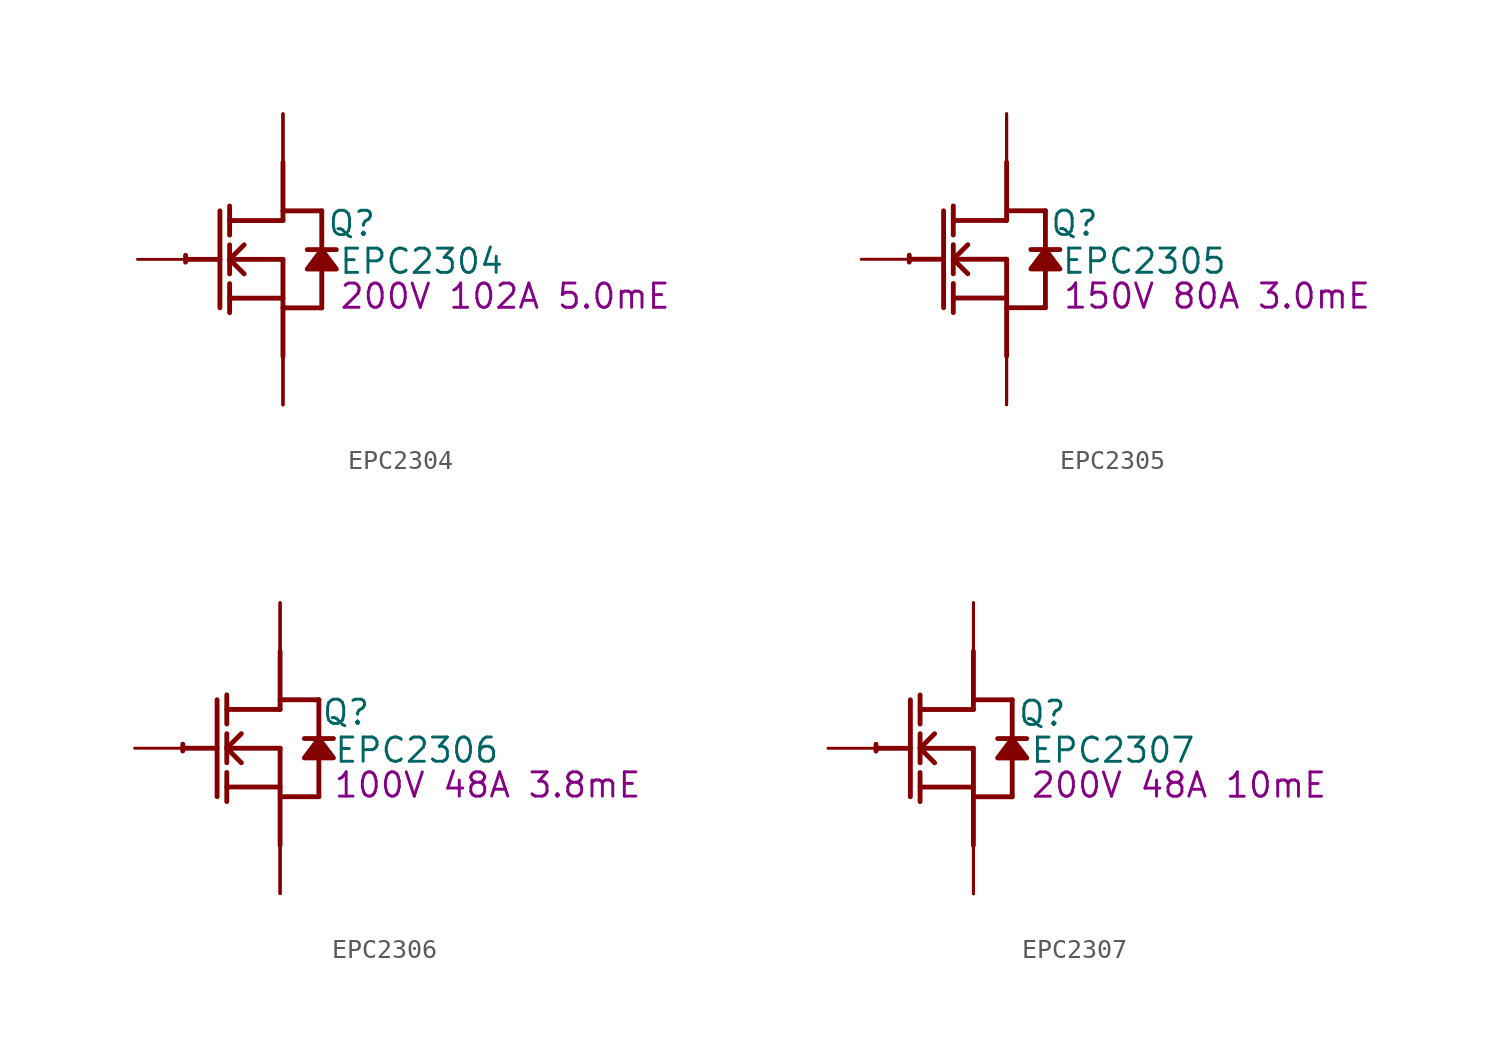
<source format=kicad_sym>
(kicad_symbol_lib
  (version 20220914)
  (generator kicad_symbol_editor)
  (symbol "EPC2304"
    (property "Reference" "Q"
      (at 3.607 1.88 0)
      (effects (font (size 1.27 1.27))))
    (property "Value" "EPC2304"
      (at 7.264 -0.102 0)
      (effects (font (size 1.27 1.27))))
    (property "Description" "200V 102A 5.0mE"
      (at 11.633 -1.93 0)
      (effects (font (size 1.27 1.27))))
    (symbol "EPC2304_1_0"
      (arc (start -5.0996 0.2128) (mid -5.1039 0.0331) (end -5.1019 -0.1467) (stroke (width 0.254) (type solid)) (fill (type none)))
      (polyline (pts (xy -5.08 0) (xy -3.302 0)) (stroke (width 0.254) (type solid)) (fill (type none)))
      (polyline (pts (xy -3.302 2.54) (xy -3.302 -2.54)) (stroke (width 0.254) (type solid)) (fill (type none)))
      (polyline (pts (xy -2.794 -2.794) (xy -2.794 -1.27)) (stroke (width 0.254) (type solid)) (fill (type none)))
      (polyline (pts (xy -2.794 -2.032) (xy 0 -2.032)) (stroke (width 0.254) (type solid)) (fill (type none)))
      (polyline (pts (xy -2.794 -0.762) (xy -2.794 0.762)) (stroke (width 0.254) (type solid)) (fill (type none)))
      (polyline (pts (xy -2.794 0) (xy -2.032 0.762)) (stroke (width 0.254) (type solid)) (fill (type none)))
      (polyline (pts (xy -2.794 0) (xy 0 0)) (stroke (width 0.254) (type solid)) (fill (type none)))
      (polyline (pts (xy -2.794 1.27) (xy -2.794 2.794)) (stroke (width 0.254) (type solid)) (fill (type none)))
      (polyline (pts (xy -2.032 -0.762) (xy -2.794 0)) (stroke (width 0.254) (type solid)) (fill (type none)))
      (polyline (pts (xy 0 -2.54) (xy 2.032 -2.54)) (stroke (width 0.254) (type solid)) (fill (type none)))
      (polyline (pts (xy 0 0) (xy 0 -5.08)) (stroke (width 0.254) (type solid)) (fill (type none)))
      (polyline (pts (xy 0 2.032) (xy -2.794 2.032)) (stroke (width 0.254) (type solid)) (fill (type none)))
      (polyline (pts (xy 0 2.032) (xy 0 5.08)) (stroke (width 0.254) (type solid)) (fill (type none)))
      (polyline (pts (xy 0 2.54) (xy 2.032 2.54)) (stroke (width 0.254) (type solid)) (fill (type none)))
      (polyline (pts (xy 2.032 -0.508) (xy 2.032 -2.54)) (stroke (width 0.254) (type solid)) (fill (type none)))
      (polyline (pts (xy 2.032 2.54) (xy 2.032 0.508)) (stroke (width 0.254) (type solid)) (fill (type none)))
      (polyline (pts (xy 2.794 0.508) (xy 1.27 0.508)) (stroke (width 0.254) (type solid)) (fill (type none)))
      (polyline (pts (xy 2.032 0.508) (xy 1.27 -0.508) (xy 2.794 -0.508) (xy 2.032 0.508)) (stroke (width 0.254) (type solid)) (fill (type outline)))
      (pin passive line (at -7.62 0 0) (length 2.54) (name "G" (effects (font (size 0 0)))) (number "1" (effects (font (size 0 0)))))
      (pin passive line (at 0 -7.62 90) (length 2.54) (name "S" (effects (font (size 0 0)))) (number "2" (effects (font (size 0 0)))))
      (pin passive line (at 0 7.62 270) (length 2.54) (name "D" (effects (font (size 0 0)))) (number "3" (effects (font (size 0 0)))))
      (pin passive line (at 0 -7.62 90) (length 2.54) (name "S" (effects (font (size 0 0)))) (number "4" (effects (font (size 0 0)))))
      (pin passive line (at 0 7.62 270) (length 2.54) (name "D" (effects (font (size 0 0)))) (number "5" (effects (font (size 0 0)))))
      (pin passive line (at 0 -7.62 90) (length 2.54) (name "S" (effects (font (size 0 0)))) (number "6" (effects (font (size 0 0)))))
      (pin passive line (at 0 7.62 270) (length 2.54) (name "D" (effects (font (size 0 0)))) (number "7" (effects (font (size 0 0)))))))
  (symbol "EPC2305"
    (property "Reference" "Q"
      (at 3.556 1.88 0)
      (effects (font (size 1.27 1.27))))
    (property "Value" "EPC2305"
      (at 7.214 -0.102 0)
      (effects (font (size 1.27 1.27))))
    (property "Description" "150V 80A 3.0mE"
      (at 11.024 -1.93 0)
      (effects (font (size 1.27 1.27))))
    (symbol "EPC2305_1_0"
      (arc (start -5.0996 0.2128) (mid -5.1039 0.0331) (end -5.1019 -0.1467) (stroke (width 0.254) (type solid)) (fill (type none)))
      (polyline (pts (xy -5.08 0) (xy -3.302 0)) (stroke (width 0.254) (type solid)) (fill (type none)))
      (polyline (pts (xy -3.302 2.54) (xy -3.302 -2.54)) (stroke (width 0.254) (type solid)) (fill (type none)))
      (polyline (pts (xy -2.794 -2.794) (xy -2.794 -1.27)) (stroke (width 0.254) (type solid)) (fill (type none)))
      (polyline (pts (xy -2.794 -2.032) (xy 0 -2.032)) (stroke (width 0.254) (type solid)) (fill (type none)))
      (polyline (pts (xy -2.794 -0.762) (xy -2.794 0.762)) (stroke (width 0.254) (type solid)) (fill (type none)))
      (polyline (pts (xy -2.794 0) (xy -2.032 0.762)) (stroke (width 0.254) (type solid)) (fill (type none)))
      (polyline (pts (xy -2.794 0) (xy 0 0)) (stroke (width 0.254) (type solid)) (fill (type none)))
      (polyline (pts (xy -2.794 1.27) (xy -2.794 2.794)) (stroke (width 0.254) (type solid)) (fill (type none)))
      (polyline (pts (xy -2.032 -0.762) (xy -2.794 0)) (stroke (width 0.254) (type solid)) (fill (type none)))
      (polyline (pts (xy 0 -2.54) (xy 2.032 -2.54)) (stroke (width 0.254) (type solid)) (fill (type none)))
      (polyline (pts (xy 0 0) (xy 0 -5.08)) (stroke (width 0.254) (type solid)) (fill (type none)))
      (polyline (pts (xy 0 2.032) (xy -2.794 2.032)) (stroke (width 0.254) (type solid)) (fill (type none)))
      (polyline (pts (xy 0 2.032) (xy 0 5.08)) (stroke (width 0.254) (type solid)) (fill (type none)))
      (polyline (pts (xy 0 2.54) (xy 2.032 2.54)) (stroke (width 0.254) (type solid)) (fill (type none)))
      (polyline (pts (xy 2.032 -0.508) (xy 2.032 -2.54)) (stroke (width 0.254) (type solid)) (fill (type none)))
      (polyline (pts (xy 2.032 2.54) (xy 2.032 0.508)) (stroke (width 0.254) (type solid)) (fill (type none)))
      (polyline (pts (xy 2.794 0.508) (xy 1.27 0.508)) (stroke (width 0.254) (type solid)) (fill (type none)))
      (polyline (pts (xy 2.032 0.508) (xy 1.27 -0.508) (xy 2.794 -0.508) (xy 2.032 0.508)) (stroke (width 0.254) (type solid)) (fill (type outline)))
      (pin passive line (at -7.62 0 0) (length 2.54) (name "G" (effects (font (size 0 0)))) (number "1" (effects (font (size 0 0)))))
      (pin passive line (at 0 -7.62 90) (length 2.54) (name "S" (effects (font (size 0 0)))) (number "2" (effects (font (size 0 0)))))
      (pin passive line (at 0 7.62 270) (length 2.54) (name "D" (effects (font (size 0 0)))) (number "3" (effects (font (size 0 0)))))
      (pin passive line (at 0 -7.62 90) (length 2.54) (name "S" (effects (font (size 0 0)))) (number "4" (effects (font (size 0 0)))))
      (pin passive line (at 0 7.62 270) (length 2.54) (name "D" (effects (font (size 0 0)))) (number "5" (effects (font (size 0 0)))))
      (pin passive line (at 0 -7.62 90) (length 2.54) (name "S" (effects (font (size 0 0)))) (number "6" (effects (font (size 0 0)))))
      (pin passive line (at 0 7.62 270) (length 2.54) (name "D" (effects (font (size 0 0)))) (number "7" (effects (font (size 0 0)))))))
  (symbol "EPC2306"
    (property "Reference" "Q"
      (at 3.454 1.88 0)
      (effects (font (size 1.27 1.27))))
    (property "Value" "EPC2306"
      (at 7.163 -0.102 0)
      (effects (font (size 1.27 1.27))))
    (property "Description" "100V 48A 3.8mE"
      (at 10.871 -1.93 0)
      (effects (font (size 1.27 1.27))))
    (symbol "EPC2306_1_0"
      (arc (start -5.0996 0.2128) (mid -5.1039 0.0331) (end -5.1019 -0.1467) (stroke (width 0.254) (type solid)) (fill (type none)))
      (polyline (pts (xy -5.08 0) (xy -3.302 0)) (stroke (width 0.254) (type solid)) (fill (type none)))
      (polyline (pts (xy -3.302 2.54) (xy -3.302 -2.54)) (stroke (width 0.254) (type solid)) (fill (type none)))
      (polyline (pts (xy -2.794 -2.794) (xy -2.794 -1.27)) (stroke (width 0.254) (type solid)) (fill (type none)))
      (polyline (pts (xy -2.794 -2.032) (xy 0 -2.032)) (stroke (width 0.254) (type solid)) (fill (type none)))
      (polyline (pts (xy -2.794 -0.762) (xy -2.794 0.762)) (stroke (width 0.254) (type solid)) (fill (type none)))
      (polyline (pts (xy -2.794 0) (xy -2.032 0.762)) (stroke (width 0.254) (type solid)) (fill (type none)))
      (polyline (pts (xy -2.794 0) (xy 0 0)) (stroke (width 0.254) (type solid)) (fill (type none)))
      (polyline (pts (xy -2.794 1.27) (xy -2.794 2.794)) (stroke (width 0.254) (type solid)) (fill (type none)))
      (polyline (pts (xy -2.032 -0.762) (xy -2.794 0)) (stroke (width 0.254) (type solid)) (fill (type none)))
      (polyline (pts (xy 0 -2.54) (xy 2.032 -2.54)) (stroke (width 0.254) (type solid)) (fill (type none)))
      (polyline (pts (xy 0 0) (xy 0 -5.08)) (stroke (width 0.254) (type solid)) (fill (type none)))
      (polyline (pts (xy 0 2.032) (xy -2.794 2.032)) (stroke (width 0.254) (type solid)) (fill (type none)))
      (polyline (pts (xy 0 2.032) (xy 0 5.08)) (stroke (width 0.254) (type solid)) (fill (type none)))
      (polyline (pts (xy 0 2.54) (xy 2.032 2.54)) (stroke (width 0.254) (type solid)) (fill (type none)))
      (polyline (pts (xy 2.032 -0.508) (xy 2.032 -2.54)) (stroke (width 0.254) (type solid)) (fill (type none)))
      (polyline (pts (xy 2.032 2.54) (xy 2.032 0.508)) (stroke (width 0.254) (type solid)) (fill (type none)))
      (polyline (pts (xy 2.794 0.508) (xy 1.27 0.508)) (stroke (width 0.254) (type solid)) (fill (type none)))
      (polyline (pts (xy 2.032 0.508) (xy 1.27 -0.508) (xy 2.794 -0.508) (xy 2.032 0.508)) (stroke (width 0.254) (type solid)) (fill (type outline)))
      (pin passive line (at -7.62 0 0) (length 2.54) (name "G" (effects (font (size 0 0)))) (number "1" (effects (font (size 0 0)))))
      (pin passive line (at 0 -7.62 90) (length 2.54) (name "S" (effects (font (size 0 0)))) (number "2" (effects (font (size 0 0)))))
      (pin passive line (at 0 7.62 270) (length 2.54) (name "D" (effects (font (size 0 0)))) (number "3" (effects (font (size 0 0)))))
      (pin passive line (at 0 -7.62 90) (length 2.54) (name "S" (effects (font (size 0 0)))) (number "4" (effects (font (size 0 0)))))
      (pin passive line (at 0 7.62 270) (length 2.54) (name "D" (effects (font (size 0 0)))) (number "5" (effects (font (size 0 0)))))
      (pin passive line (at 0 -7.62 90) (length 2.54) (name "S" (effects (font (size 0 0)))) (number "6" (effects (font (size 0 0)))))
      (pin passive line (at 0 7.62 270) (length 2.54) (name "D" (effects (font (size 0 0)))) (number "7" (effects (font (size 0 0)))))))
  (symbol "EPC2307"
    (property "Reference" "Q"
      (at 3.607 1.829 0)
      (effects (font (size 1.27 1.27))))
    (property "Value" "EPC2307"
      (at 7.315 -0.102 0)
      (effects (font (size 1.27 1.27))))
    (property "Description" "200V 48A 10mE"
      (at 10.77 -1.93 0)
      (effects (font (size 1.27 1.27))))
    (symbol "EPC2307_1_0"
      (arc (start -5.0996 0.2128) (mid -5.1039 0.0331) (end -5.1019 -0.1467) (stroke (width 0.254) (type solid)) (fill (type none)))
      (polyline (pts (xy -5.08 0) (xy -3.302 0)) (stroke (width 0.254) (type solid)) (fill (type none)))
      (polyline (pts (xy -3.302 2.54) (xy -3.302 -2.54)) (stroke (width 0.254) (type solid)) (fill (type none)))
      (polyline (pts (xy -2.794 -2.794) (xy -2.794 -1.27)) (stroke (width 0.254) (type solid)) (fill (type none)))
      (polyline (pts (xy -2.794 -2.032) (xy 0 -2.032)) (stroke (width 0.254) (type solid)) (fill (type none)))
      (polyline (pts (xy -2.794 -0.762) (xy -2.794 0.762)) (stroke (width 0.254) (type solid)) (fill (type none)))
      (polyline (pts (xy -2.794 0) (xy -2.032 0.762)) (stroke (width 0.254) (type solid)) (fill (type none)))
      (polyline (pts (xy -2.794 0) (xy 0 0)) (stroke (width 0.254) (type solid)) (fill (type none)))
      (polyline (pts (xy -2.794 1.27) (xy -2.794 2.794)) (stroke (width 0.254) (type solid)) (fill (type none)))
      (polyline (pts (xy -2.032 -0.762) (xy -2.794 0)) (stroke (width 0.254) (type solid)) (fill (type none)))
      (polyline (pts (xy 0 -2.54) (xy 2.032 -2.54)) (stroke (width 0.254) (type solid)) (fill (type none)))
      (polyline (pts (xy 0 0) (xy 0 -5.08)) (stroke (width 0.254) (type solid)) (fill (type none)))
      (polyline (pts (xy 0 2.032) (xy -2.794 2.032)) (stroke (width 0.254) (type solid)) (fill (type none)))
      (polyline (pts (xy 0 2.032) (xy 0 5.08)) (stroke (width 0.254) (type solid)) (fill (type none)))
      (polyline (pts (xy 0 2.54) (xy 2.032 2.54)) (stroke (width 0.254) (type solid)) (fill (type none)))
      (polyline (pts (xy 2.032 -0.508) (xy 2.032 -2.54)) (stroke (width 0.254) (type solid)) (fill (type none)))
      (polyline (pts (xy 2.032 2.54) (xy 2.032 0.508)) (stroke (width 0.254) (type solid)) (fill (type none)))
      (polyline (pts (xy 2.794 0.508) (xy 1.27 0.508)) (stroke (width 0.254) (type solid)) (fill (type none)))
      (polyline (pts (xy 2.032 0.508) (xy 1.27 -0.508) (xy 2.794 -0.508) (xy 2.032 0.508)) (stroke (width 0.254) (type solid)) (fill (type outline)))
      (pin passive line (at -7.62 0 0) (length 2.54) (name "G" (effects (font (size 0 0)))) (number "1" (effects (font (size 0 0)))))
      (pin passive line (at 0 -7.62 90) (length 2.54) (name "S" (effects (font (size 0 0)))) (number "2" (effects (font (size 0 0)))))
      (pin passive line (at 0 7.62 270) (length 2.54) (name "D" (effects (font (size 0 0)))) (number "3" (effects (font (size 0 0)))))
      (pin passive line (at 0 -7.62 90) (length 2.54) (name "S" (effects (font (size 0 0)))) (number "4" (effects (font (size 0 0)))))
      (pin passive line (at 0 7.62 270) (length 2.54) (name "D" (effects (font (size 0 0)))) (number "5" (effects (font (size 0 0)))))
      (pin passive line (at 0 -7.62 90) (length 2.54) (name "S" (effects (font (size 0 0)))) (number "6" (effects (font (size 0 0)))))
      (pin passive line (at 0 7.62 270) (length 2.54) (name "D" (effects (font (size 0 0)))) (number "7" (effects (font (size 0 0))))))))
</source>
